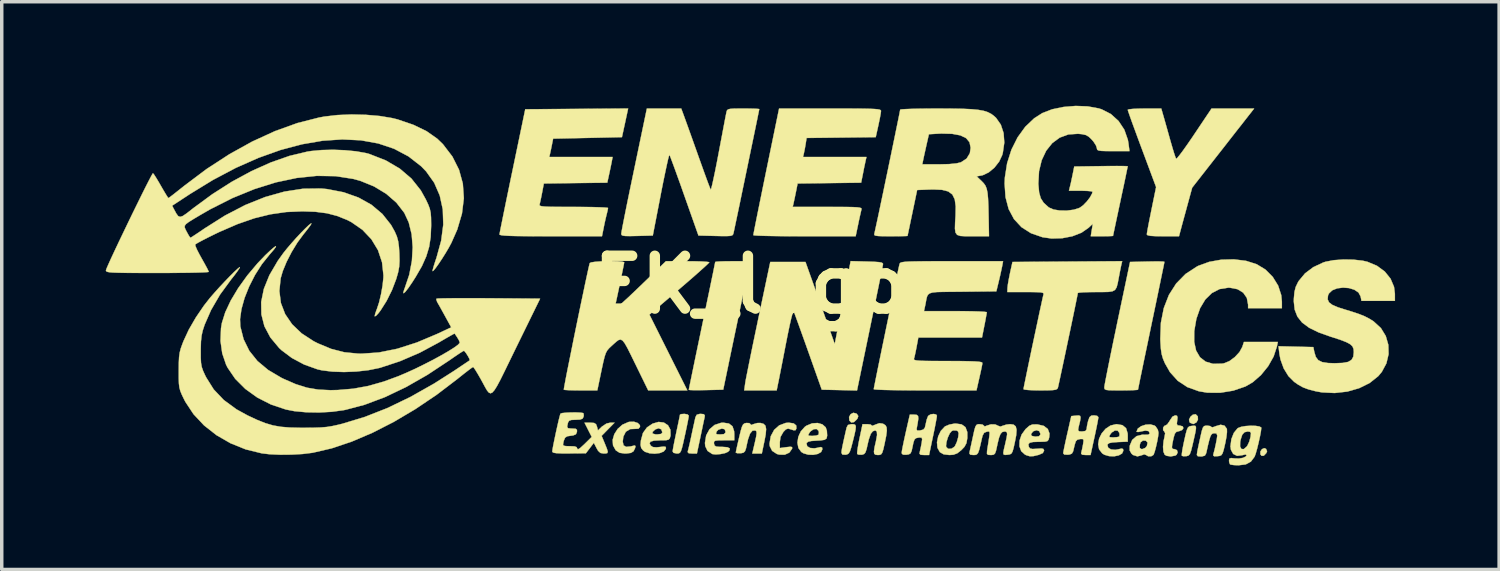
<source format=kicad_pcb>
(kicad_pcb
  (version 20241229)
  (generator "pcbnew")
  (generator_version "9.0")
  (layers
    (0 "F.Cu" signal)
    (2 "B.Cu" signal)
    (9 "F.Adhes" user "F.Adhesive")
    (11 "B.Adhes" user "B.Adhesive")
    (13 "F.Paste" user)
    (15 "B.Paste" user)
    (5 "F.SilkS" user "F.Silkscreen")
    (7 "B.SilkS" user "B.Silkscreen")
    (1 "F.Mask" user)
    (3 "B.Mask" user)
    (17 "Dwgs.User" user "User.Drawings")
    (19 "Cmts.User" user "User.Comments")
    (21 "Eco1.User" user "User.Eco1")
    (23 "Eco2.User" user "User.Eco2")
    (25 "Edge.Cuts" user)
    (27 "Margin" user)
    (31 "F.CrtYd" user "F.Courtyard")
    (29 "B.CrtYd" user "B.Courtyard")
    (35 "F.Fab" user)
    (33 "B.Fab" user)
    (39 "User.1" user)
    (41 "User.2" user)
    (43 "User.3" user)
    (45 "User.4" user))
  (footprint "EK_logo"
    (layer "F.Cu")
    (at 18.591 5.16)
    (property "Reference" "EK_logo" (at 0 0 0) (layer "F.SilkS") (effects (font (size 1.524 1.524) (thickness 0.3))))
    (attr through_hole)
    (fp_poly (pts (xy 14.868 4.734) (xy 14.898 4.804) (xy 14.876 4.856) (xy 14.805 4.931) (xy 14.74 4.935) (xy 14.705 4.89) (xy 14.706 4.809) (xy 14.751 4.743) (xy 14.817 4.713) (xy 14.868 4.734)) (stroke (width 0.01) (type solid)) (fill yes) (layer "F.SilkS"))
    (fp_poly (pts (xy 12.842 3.738) (xy 12.9 3.798) (xy 12.905 3.89) (xy 12.861 3.971) (xy 12.769 4.019) (xy 12.681 3.983) (xy 12.662 3.964) (xy 12.648 3.891) (xy 12.687 3.81) (xy 12.757 3.749) (xy 12.835 3.736) (xy 12.842 3.738)) (stroke (width 0.01) (type solid)) (fill yes) (layer "F.SilkS"))
    (fp_poly (pts (xy 3.05 3.713) (xy 3.072 3.731) (xy 3.109 3.787) (xy 3.091 3.849) (xy 3.067 3.885) (xy 2.985 3.962) (xy 2.906 3.973) (xy 2.852 3.916) (xy 2.852 3.916) (xy 2.844 3.814) (xy 2.89 3.734) (xy 2.966 3.694) (xy 3.05 3.713)) (stroke (width 0.01) (type solid)) (fill yes) (layer "F.SilkS"))
    (fp_poly (pts (xy -1.344 3.734) (xy -1.316 3.771) (xy -1.322 3.821) (xy -1.339 3.899) (xy -1.369 4.04) (xy -1.407 4.221) (xy -1.443 4.392) (xy -1.544 4.868) (xy -1.685 4.868) (xy -1.78 4.86) (xy -1.809 4.828) (xy -1.804 4.794) (xy -1.785 4.722) (xy -1.754 4.59) (xy -1.716 4.419) (xy -1.695 4.318) (xy -1.655 4.133) (xy -1.619 3.971) (xy -1.594 3.855) (xy -1.586 3.821) (xy -1.549 3.75) (xy -1.463 3.726) (xy -1.434 3.725) (xy -1.344 3.734)) (stroke (width 0.01) (type solid)) (fill yes) (layer "F.SilkS"))
    (fp_poly (pts (xy 2.986 4.025) (xy 3.025 4.045) (xy 3.039 4.093) (xy 3.03 4.185) (xy 2.998 4.332) (xy 2.949 4.53) (xy 2.903 4.703) (xy 2.867 4.811) (xy 2.83 4.869) (xy 2.785 4.895) (xy 2.741 4.903) (xy 2.654 4.899) (xy 2.626 4.853) (xy 2.625 4.839) (xy 2.629 4.793) (xy 2.641 4.719) (xy 2.664 4.606) (xy 2.7 4.44) (xy 2.753 4.208) (xy 2.774 4.117) (xy 2.813 4.045) (xy 2.903 4.022) (xy 2.922 4.022) (xy 2.986 4.025)) (stroke (width 0.01) (type solid)) (fill yes) (layer "F.SilkS"))
    (fp_poly (pts (xy 12.829 4.071) (xy 12.847 4.098) (xy 12.847 4.16) (xy 12.828 4.27) (xy 12.79 4.44) (xy 12.745 4.636) (xy 12.706 4.791) (xy 12.672 4.883) (xy 12.632 4.927) (xy 12.575 4.944) (xy 12.571 4.944) (xy 12.481 4.946) (xy 12.44 4.933) (xy 12.439 4.885) (xy 12.454 4.772) (xy 12.484 4.615) (xy 12.509 4.497) (xy 12.551 4.31) (xy 12.584 4.19) (xy 12.615 4.121) (xy 12.652 4.088) (xy 12.705 4.075) (xy 12.734 4.072) (xy 12.791 4.066) (xy 12.829 4.071)) (stroke (width 0.01) (type solid)) (fill yes) (layer "F.SilkS"))
    (fp_poly (pts (xy -1.814 3.741) (xy -1.778 3.777) (xy -1.787 3.837) (xy -1.81 3.961) (xy -1.845 4.133) (xy -1.888 4.334) (xy -1.892 4.349) (xy -1.939 4.564) (xy -1.975 4.709) (xy -2.005 4.799) (xy -2.035 4.846) (xy -2.072 4.865) (xy -2.12 4.868) (xy -2.125 4.868) (xy -2.218 4.849) (xy -2.244 4.808) (xy -2.235 4.745) (xy -2.212 4.618) (xy -2.177 4.446) (xy -2.138 4.259) (xy -2.097 4.066) (xy -2.063 3.905) (xy -2.04 3.793) (xy -2.032 3.747) (xy -1.995 3.732) (xy -1.906 3.725) (xy -1.905 3.725) (xy -1.814 3.741)) (stroke (width 0.01) (type solid)) (fill yes) (layer "F.SilkS"))
    (fp_poly (pts (xy 1.248 4) (xy 1.321 4.061) (xy 1.325 4.147) (xy 1.3 4.196) (xy 1.246 4.198) (xy 1.178 4.175) (xy 1.087 4.15) (xy 1.023 4.171) (xy 0.949 4.246) (xy 0.866 4.392) (xy 0.847 4.538) (xy 0.847 4.711) (xy 1.035 4.685) (xy 1.15 4.673) (xy 1.2 4.682) (xy 1.203 4.718) (xy 1.199 4.732) (xy 1.12 4.843) (xy 0.99 4.902) (xy 0.831 4.9) (xy 0.762 4.881) (xy 0.626 4.792) (xy 0.557 4.655) (xy 0.55 4.585) (xy 0.586 4.368) (xy 0.684 4.186) (xy 0.832 4.055) (xy 1.019 3.986) (xy 1.103 3.979) (xy 1.248 4)) (stroke (width 0.01) (type solid)) (fill yes) (layer "F.SilkS"))
    (fp_poly (pts (xy -3.25 3.988) (xy -3.188 4.051) (xy -3.184 4.099) (xy -3.23 4.153) (xy -3.297 4.156) (xy -3.469 4.164) (xy -3.594 4.24) (xy -3.666 4.381) (xy -3.683 4.527) (xy -3.659 4.633) (xy -3.584 4.677) (xy -3.45 4.663) (xy -3.429 4.657) (xy -3.341 4.636) (xy -3.314 4.653) (xy -3.327 4.712) (xy -3.371 4.803) (xy -3.447 4.85) (xy -3.577 4.867) (xy -3.623 4.868) (xy -3.772 4.848) (xy -3.879 4.779) (xy -3.887 4.77) (xy -3.963 4.634) (xy -3.974 4.475) (xy -3.926 4.311) (xy -3.829 4.159) (xy -3.692 4.037) (xy -3.522 3.962) (xy -3.493 3.955) (xy -3.358 3.952) (xy -3.25 3.988)) (stroke (width 0.01) (type solid)) (fill yes) (layer "F.SilkS"))
    (fp_poly (pts (xy -0.055 -0.519) (xy -0.07 -0.433) (xy -0.1 -0.278) (xy -0.141 -0.068) (xy -0.193 0.184) (xy -0.251 0.464) (xy -0.291 0.656) (xy -0.36 0.99) (xy -0.434 1.342) (xy -0.507 1.691) (xy -0.574 2.011) (xy -0.63 2.28) (xy -0.644 2.349) (xy -0.785 3.027) (xy -1.282 3.039) (xy -1.475 3.042) (xy -1.634 3.042) (xy -1.74 3.038) (xy -1.778 3.032) (xy -1.77 2.988) (xy -1.746 2.87) (xy -1.708 2.686) (xy -1.658 2.444) (xy -1.598 2.153) (xy -1.529 1.822) (xy -1.453 1.459) (xy -1.397 1.19) (xy -1.318 0.809) (xy -1.244 0.454) (xy -1.177 0.134) (xy -1.12 -0.143) (xy -1.073 -0.369) (xy -1.04 -0.535) (xy -1.02 -0.633) (xy -1.016 -0.656) (xy -0.976 -0.664) (xy -0.869 -0.671) (xy -0.71 -0.676) (xy -0.524 -0.677) (xy -0.031 -0.677) (xy -0.055 -0.519)) (stroke (width 0.01) (type solid)) (fill yes) (layer "F.SilkS"))
    (fp_poly (pts (xy 11.794 -0.671) (xy 11.9 -0.667) (xy 11.938 -0.66) (xy 11.93 -0.616) (xy 11.906 -0.497) (xy 11.868 -0.313) (xy 11.818 -0.071) (xy 11.758 0.22) (xy 11.689 0.552) (xy 11.613 0.915) (xy 11.557 1.183) (xy 11.478 1.564) (xy 11.404 1.918) (xy 11.337 2.238) (xy 11.28 2.516) (xy 11.233 2.741) (xy 11.2 2.907) (xy 11.18 3.004) (xy 11.176 3.027) (xy 11.136 3.035) (xy 11.029 3.042) (xy 10.87 3.046) (xy 10.689 3.048) (xy 10.48 3.047) (xy 10.342 3.044) (xy 10.26 3.034) (xy 10.219 3.015) (xy 10.206 2.985) (xy 10.205 2.953) (xy 10.214 2.892) (xy 10.239 2.758) (xy 10.278 2.559) (xy 10.329 2.304) (xy 10.39 2.003) (xy 10.459 1.666) (xy 10.536 1.3) (xy 10.577 1.101) (xy 10.947 -0.656) (xy 11.443 -0.668) (xy 11.636 -0.671) (xy 11.794 -0.671)) (stroke (width 0.01) (type solid)) (fill yes) (layer "F.SilkS"))
    (fp_poly (pts (xy -0.032 3.992) (xy 0 4.02) (xy 0.022 4.046) (xy 0.087 4.021) (xy 0.197 3.989) (xy 0.284 3.987) (xy 0.377 4.012) (xy 0.433 4.067) (xy 0.452 4.165) (xy 0.439 4.319) (xy 0.404 4.504) (xy 0.328 4.868) (xy 0.053 4.868) (xy 0.128 4.548) (xy 0.164 4.384) (xy 0.178 4.284) (xy 0.172 4.23) (xy 0.145 4.205) (xy 0.14 4.203) (xy 0.059 4.209) (xy -0.011 4.293) (xy -0.07 4.459) (xy -0.096 4.573) (xy -0.128 4.72) (xy -0.158 4.803) (xy -0.199 4.843) (xy -0.263 4.858) (xy -0.287 4.86) (xy -0.38 4.86) (xy -0.422 4.842) (xy -0.422 4.839) (xy -0.412 4.786) (xy -0.387 4.669) (xy -0.351 4.51) (xy -0.326 4.403) (xy -0.281 4.217) (xy -0.246 4.099) (xy -0.213 4.032) (xy -0.173 4) (xy -0.12 3.988) (xy -0.116 3.987) (xy -0.032 3.992)) (stroke (width 0.01) (type solid)) (fill yes) (layer "F.SilkS"))
    (fp_poly (pts (xy 6.089 4.028) (xy 6.2 4.108) (xy 6.253 4.249) (xy 6.254 4.421) (xy 6.228 4.569) (xy 6.17 4.677) (xy 6.081 4.77) (xy 5.964 4.862) (xy 5.853 4.903) (xy 5.737 4.911) (xy 5.573 4.892) (xy 5.465 4.83) (xy 5.461 4.826) (xy 5.393 4.703) (xy 5.389 4.65) (xy 5.64 4.65) (xy 5.646 4.679) (xy 5.703 4.733) (xy 5.79 4.732) (xy 5.876 4.679) (xy 5.901 4.646) (xy 5.951 4.539) (xy 5.989 4.405) (xy 5.992 4.393) (xy 6.004 4.282) (xy 5.982 4.226) (xy 5.947 4.206) (xy 5.849 4.202) (xy 5.804 4.22) (xy 5.746 4.29) (xy 5.691 4.409) (xy 5.652 4.541) (xy 5.64 4.65) (xy 5.389 4.65) (xy 5.379 4.544) (xy 5.414 4.373) (xy 5.491 4.214) (xy 5.606 4.091) (xy 5.622 4.081) (xy 5.736 4.034) (xy 5.881 4.006) (xy 5.918 4.004) (xy 6.089 4.028)) (stroke (width 0.01) (type solid)) (fill yes) (layer "F.SilkS"))
    (fp_poly (pts (xy 12.301 3.78) (xy 12.316 3.832) (xy 12.306 3.916) (xy 12.296 4.015) (xy 12.318 4.056) (xy 12.387 4.064) (xy 12.388 4.064) (xy 12.467 4.086) (xy 12.485 4.137) (xy 12.447 4.191) (xy 12.358 4.225) (xy 12.353 4.225) (xy 12.283 4.244) (xy 12.239 4.295) (xy 12.206 4.401) (xy 12.195 4.45) (xy 12.164 4.602) (xy 12.154 4.689) (xy 12.168 4.729) (xy 12.208 4.741) (xy 12.234 4.741) (xy 12.3 4.772) (xy 12.319 4.838) (xy 12.288 4.905) (xy 12.252 4.927) (xy 12.121 4.952) (xy 12 4.934) (xy 11.946 4.902) (xy 11.909 4.815) (xy 11.898 4.675) (xy 11.914 4.508) (xy 11.938 4.402) (xy 11.959 4.285) (xy 11.938 4.24) (xy 11.9 4.193) (xy 11.901 4.122) (xy 11.938 4.07) (xy 11.96 4.064) (xy 12.018 4.029) (xy 12.081 3.942) (xy 12.095 3.916) (xy 12.17 3.805) (xy 12.248 3.768) (xy 12.301 3.78)) (stroke (width 0.01) (type solid)) (fill yes) (layer "F.SilkS"))
    (fp_poly (pts (xy 3.814 4.007) (xy 3.835 4.016) (xy 3.894 4.054) (xy 3.926 4.114) (xy 3.933 4.21) (xy 3.915 4.356) (xy 3.872 4.567) (xy 3.867 4.592) (xy 3.83 4.753) (xy 3.799 4.848) (xy 3.765 4.894) (xy 3.717 4.909) (xy 3.676 4.911) (xy 3.608 4.904) (xy 3.57 4.876) (xy 3.561 4.81) (xy 3.578 4.691) (xy 3.62 4.509) (xy 3.651 4.335) (xy 3.644 4.233) (xy 3.598 4.201) (xy 3.529 4.226) (xy 3.47 4.3) (xy 3.414 4.457) (xy 3.385 4.579) (xy 3.349 4.739) (xy 3.317 4.834) (xy 3.28 4.881) (xy 3.227 4.9) (xy 3.209 4.903) (xy 3.119 4.901) (xy 3.078 4.881) (xy 3.078 4.828) (xy 3.093 4.711) (xy 3.121 4.551) (xy 3.145 4.434) (xy 3.232 4.022) (xy 3.375 4.022) (xy 3.464 4.032) (xy 3.496 4.056) (xy 3.494 4.061) (xy 3.51 4.071) (xy 3.58 4.045) (xy 3.601 4.035) (xy 3.717 3.994) (xy 3.814 4.007)) (stroke (width 0.01) (type solid)) (fill yes) (layer "F.SilkS"))
    (fp_poly (pts (xy -2.496 3.976) (xy -2.378 4.054) (xy -2.309 4.18) (xy -2.304 4.344) (xy -2.307 4.362) (xy -2.327 4.43) (xy -2.36 4.467) (xy -2.429 4.484) (xy -2.556 4.487) (xy -2.604 4.487) (xy -2.784 4.497) (xy -2.884 4.526) (xy -2.909 4.578) (xy -2.874 4.642) (xy -2.814 4.682) (xy -2.714 4.69) (xy -2.62 4.681) (xy -2.5 4.668) (xy -2.446 4.676) (xy -2.436 4.71) (xy -2.442 4.736) (xy -2.5 4.809) (xy -2.614 4.855) (xy -2.759 4.873) (xy -2.908 4.862) (xy -3.038 4.82) (xy -3.095 4.779) (xy -3.151 4.707) (xy -3.169 4.62) (xy -3.159 4.493) (xy -3.1 4.277) (xy -3.077 4.245) (xy -2.823 4.245) (xy -2.82 4.294) (xy -2.737 4.316) (xy -2.688 4.318) (xy -2.576 4.303) (xy -2.54 4.26) (xy -2.571 4.171) (xy -2.649 4.14) (xy -2.744 4.173) (xy -2.823 4.245) (xy -3.077 4.245) (xy -2.984 4.116) (xy -2.82 4.006) (xy -2.648 3.957) (xy -2.496 3.976)) (stroke (width 0.01) (type solid)) (fill yes) (layer "F.SilkS"))
    (fp_poly (pts (xy -0.62 4.004) (xy -0.518 4.083) (xy -0.471 4.224) (xy -0.466 4.311) (xy -0.466 4.487) (xy -0.765 4.487) (xy -0.92 4.489) (xy -1.009 4.498) (xy -1.047 4.519) (xy -1.053 4.56) (xy -1.051 4.583) (xy -1.034 4.638) (xy -0.988 4.667) (xy -0.892 4.676) (xy -0.815 4.676) (xy -0.666 4.687) (xy -0.596 4.721) (xy -0.606 4.778) (xy -0.648 4.819) (xy -0.733 4.857) (xy -0.863 4.884) (xy -0.998 4.895) (xy -1.097 4.884) (xy -1.101 4.883) (xy -1.237 4.793) (xy -1.303 4.657) (xy -1.312 4.563) (xy -1.277 4.347) (xy -1.246 4.29) (xy -0.995 4.29) (xy -0.967 4.313) (xy -0.87 4.318) (xy -0.869 4.318) (xy -0.767 4.309) (xy -0.725 4.272) (xy -0.72 4.233) (xy -0.745 4.167) (xy -0.824 4.149) (xy -0.928 4.183) (xy -0.974 4.233) (xy -0.995 4.29) (xy -1.246 4.29) (xy -1.181 4.17) (xy -1.033 4.044) (xy -0.847 3.983) (xy -0.784 3.979) (xy -0.62 4.004)) (stroke (width 0.01) (type solid)) (fill yes) (layer "F.SilkS"))
    (fp_poly (pts (xy 10.728 4.051) (xy 10.832 4.139) (xy 10.877 4.287) (xy 10.88 4.34) (xy 10.88 4.526) (xy 10.594 4.538) (xy 10.435 4.55) (xy 10.344 4.569) (xy 10.302 4.602) (xy 10.295 4.622) (xy 10.316 4.701) (xy 10.397 4.75) (xy 10.52 4.762) (xy 10.605 4.747) (xy 10.703 4.725) (xy 10.744 4.738) (xy 10.753 4.788) (xy 10.716 4.868) (xy 10.62 4.922) (xy 10.488 4.949) (xy 10.343 4.943) (xy 10.208 4.904) (xy 10.145 4.865) (xy 10.054 4.747) (xy 10.027 4.6) (xy 10.054 4.442) (xy 10.088 4.371) (xy 10.345 4.371) (xy 10.362 4.397) (xy 10.446 4.403) (xy 10.465 4.403) (xy 10.57 4.396) (xy 10.632 4.381) (xy 10.635 4.379) (xy 10.645 4.324) (xy 10.637 4.271) (xy 10.588 4.208) (xy 10.508 4.205) (xy 10.421 4.26) (xy 10.382 4.307) (xy 10.345 4.371) (xy 10.088 4.371) (xy 10.129 4.288) (xy 10.241 4.156) (xy 10.384 4.061) (xy 10.549 4.022) (xy 10.563 4.022) (xy 10.728 4.051)) (stroke (width 0.01) (type solid)) (fill yes) (layer "F.SilkS"))
    (fp_poly (pts (xy 2.073 4.027) (xy 2.169 4.111) (xy 2.204 4.212) (xy 2.212 4.351) (xy 2.196 4.432) (xy 2.138 4.473) (xy 2.022 4.49) (xy 1.916 4.496) (xy 1.757 4.507) (xy 1.666 4.527) (xy 1.624 4.56) (xy 1.617 4.58) (xy 1.637 4.659) (xy 1.719 4.708) (xy 1.841 4.719) (xy 1.927 4.704) (xy 2.025 4.682) (xy 2.066 4.695) (xy 2.074 4.746) (xy 2.037 4.826) (xy 1.942 4.88) (xy 1.81 4.906) (xy 1.665 4.901) (xy 1.53 4.862) (xy 1.466 4.823) (xy 1.382 4.708) (xy 1.355 4.556) (xy 1.38 4.389) (xy 1.408 4.328) (xy 1.667 4.328) (xy 1.683 4.355) (xy 1.766 4.36) (xy 1.792 4.36) (xy 1.898 4.35) (xy 1.962 4.326) (xy 1.966 4.322) (xy 1.973 4.253) (xy 1.963 4.214) (xy 1.908 4.161) (xy 1.823 4.167) (xy 1.735 4.226) (xy 1.704 4.265) (xy 1.667 4.328) (xy 1.408 4.328) (xy 1.453 4.229) (xy 1.57 4.098) (xy 1.617 4.065) (xy 1.777 3.999) (xy 1.936 3.988) (xy 2.073 4.027)) (stroke (width 0.01) (type solid)) (fill yes) (layer "F.SilkS"))
    (fp_poly (pts (xy 13.67 4.064) (xy 13.736 4.152) (xy 13.74 4.165) (xy 13.742 4.25) (xy 13.726 4.39) (xy 13.695 4.558) (xy 13.686 4.596) (xy 13.647 4.762) (xy 13.615 4.862) (xy 13.58 4.915) (xy 13.531 4.937) (xy 13.468 4.945) (xy 13.374 4.948) (xy 13.344 4.922) (xy 13.351 4.882) (xy 13.386 4.751) (xy 13.42 4.597) (xy 13.448 4.454) (xy 13.461 4.355) (xy 13.461 4.347) (xy 13.438 4.289) (xy 13.367 4.283) (xy 13.325 4.294) (xy 13.292 4.321) (xy 13.262 4.378) (xy 13.231 4.479) (xy 13.192 4.636) (xy 13.143 4.858) (xy 13.106 4.928) (xy 13.021 4.952) (xy 12.99 4.953) (xy 12.902 4.947) (xy 12.873 4.91) (xy 12.885 4.818) (xy 12.885 4.815) (xy 12.908 4.704) (xy 12.942 4.545) (xy 12.98 4.372) (xy 12.98 4.371) (xy 13.016 4.214) (xy 13.047 4.122) (xy 13.082 4.078) (xy 13.133 4.065) (xy 13.17 4.064) (xy 13.257 4.076) (xy 13.293 4.103) (xy 13.325 4.113) (xy 13.405 4.086) (xy 13.419 4.079) (xy 13.559 4.039) (xy 13.67 4.064)) (stroke (width 0.01) (type solid)) (fill yes) (layer "F.SilkS"))
    (fp_poly (pts (xy 11.65 4.061) (xy 11.685 4.086) (xy 11.749 4.185) (xy 11.767 4.272) (xy 11.756 4.375) (xy 11.73 4.519) (xy 11.695 4.675) (xy 11.659 4.811) (xy 11.627 4.899) (xy 11.623 4.907) (xy 11.558 4.947) (xy 11.469 4.947) (xy 11.409 4.911) (xy 11.353 4.891) (xy 11.303 4.911) (xy 11.159 4.951) (xy 11.032 4.91) (xy 10.987 4.87) (xy 10.936 4.778) (xy 10.937 4.654) (xy 10.94 4.639) (xy 10.946 4.625) (xy 11.226 4.625) (xy 11.229 4.711) (xy 11.275 4.74) (xy 11.299 4.741) (xy 11.385 4.707) (xy 11.432 4.652) (xy 11.453 4.555) (xy 11.405 4.499) (xy 11.318 4.494) (xy 11.25 4.547) (xy 11.226 4.625) (xy 10.946 4.625) (xy 11.009 4.476) (xy 11.135 4.367) (xy 11.302 4.324) (xy 11.355 4.326) (xy 11.473 4.325) (xy 11.515 4.291) (xy 11.515 4.29) (xy 11.484 4.222) (xy 11.389 4.207) (xy 11.282 4.228) (xy 11.186 4.247) (xy 11.136 4.243) (xy 11.134 4.238) (xy 11.171 4.149) (xy 11.267 4.08) (xy 11.396 4.037) (xy 11.532 4.029) (xy 11.65 4.061)) (stroke (width 0.01) (type solid)) (fill yes) (layer "F.SilkS"))
    (fp_poly (pts (xy 8.281 4.03) (xy 8.458 4.071) (xy 8.575 4.161) (xy 8.624 4.293) (xy 8.616 4.398) (xy 8.597 4.469) (xy 8.564 4.509) (xy 8.497 4.526) (xy 8.374 4.53) (xy 8.318 4.53) (xy 8.148 4.536) (xy 8.051 4.559) (xy 8.015 4.604) (xy 8.028 4.677) (xy 8.028 4.679) (xy 8.062 4.722) (xy 8.134 4.738) (xy 8.261 4.731) (xy 8.386 4.723) (xy 8.447 4.735) (xy 8.466 4.773) (xy 8.467 4.788) (xy 8.43 4.855) (xy 8.315 4.906) (xy 8.308 4.908) (xy 8.158 4.944) (xy 8.051 4.946) (xy 7.953 4.916) (xy 7.917 4.899) (xy 7.809 4.801) (xy 7.757 4.66) (xy 7.761 4.495) (xy 7.819 4.324) (xy 7.83 4.308) (xy 8.09 4.308) (xy 8.112 4.36) (xy 8.209 4.381) (xy 8.223 4.381) (xy 8.321 4.37) (xy 8.358 4.328) (xy 8.361 4.297) (xy 8.328 4.223) (xy 8.251 4.196) (xy 8.16 4.225) (xy 8.147 4.235) (xy 8.09 4.308) (xy 7.83 4.308) (xy 7.933 4.166) (xy 7.939 4.16) (xy 8.039 4.071) (xy 8.127 4.032) (xy 8.247 4.028) (xy 8.281 4.03)) (stroke (width 0.01) (type solid)) (fill yes) (layer "F.SilkS"))
    (fp_poly (pts (xy 9.999 3.783) (xy 10.034 3.821) (xy 10.025 3.88) (xy 10.002 4.005) (xy 9.967 4.177) (xy 9.925 4.377) (xy 9.921 4.392) (xy 9.808 4.911) (xy 9.664 4.911) (xy 9.567 4.903) (xy 9.536 4.872) (xy 9.541 4.837) (xy 9.563 4.747) (xy 9.588 4.622) (xy 9.592 4.6) (xy 9.606 4.496) (xy 9.592 4.453) (xy 9.534 4.449) (xy 9.501 4.452) (xy 9.427 4.47) (xy 9.382 4.517) (xy 9.35 4.617) (xy 9.336 4.678) (xy 9.306 4.804) (xy 9.27 4.869) (xy 9.21 4.895) (xy 9.155 4.903) (xy 9.05 4.898) (xy 9.019 4.86) (xy 9.029 4.799) (xy 9.054 4.674) (xy 9.091 4.502) (xy 9.135 4.303) (xy 9.137 4.297) (xy 9.252 3.789) (xy 9.394 3.775) (xy 9.468 3.771) (xy 9.509 3.786) (xy 9.52 3.835) (xy 9.505 3.933) (xy 9.465 4.097) (xy 9.459 4.123) (xy 9.448 4.199) (xy 9.484 4.229) (xy 9.563 4.233) (xy 9.66 4.219) (xy 9.694 4.17) (xy 9.695 4.159) (xy 9.706 4.071) (xy 9.733 3.948) (xy 9.739 3.926) (xy 9.777 3.821) (xy 9.829 3.776) (xy 9.908 3.768) (xy 9.999 3.783)) (stroke (width 0.01) (type solid)) (fill yes) (layer "F.SilkS"))
    (fp_poly (pts (xy 5.356 3.744) (xy 5.377 3.778) (xy 5.369 3.838) (xy 5.346 3.963) (xy 5.313 4.136) (xy 5.271 4.339) (xy 5.264 4.371) (xy 5.151 4.911) (xy 5.005 4.911) (xy 4.908 4.905) (xy 4.876 4.875) (xy 4.885 4.815) (xy 4.909 4.709) (xy 4.935 4.575) (xy 4.938 4.558) (xy 4.952 4.454) (xy 4.936 4.411) (xy 4.877 4.406) (xy 4.843 4.41) (xy 4.772 4.426) (xy 4.729 4.467) (xy 4.699 4.555) (xy 4.678 4.657) (xy 4.649 4.79) (xy 4.618 4.861) (xy 4.568 4.892) (xy 4.497 4.903) (xy 4.401 4.902) (xy 4.365 4.869) (xy 4.362 4.839) (xy 4.372 4.77) (xy 4.398 4.637) (xy 4.435 4.459) (xy 4.48 4.257) (xy 4.48 4.255) (xy 4.596 3.747) (xy 4.722 3.747) (xy 4.796 3.754) (xy 4.834 3.788) (xy 4.841 3.864) (xy 4.821 3.999) (xy 4.808 4.068) (xy 4.791 4.167) (xy 4.808 4.206) (xy 4.874 4.205) (xy 4.902 4.201) (xy 4.985 4.178) (xy 5.029 4.124) (xy 5.056 4.012) (xy 5.056 4.009) (xy 5.084 3.886) (xy 5.12 3.794) (xy 5.129 3.78) (xy 5.197 3.739) (xy 5.285 3.727) (xy 5.356 3.744)) (stroke (width 0.01) (type solid)) (fill yes) (layer "F.SilkS"))
    (fp_poly (pts (xy 11.911 -4.858) (xy 11.949 -4.725) (xy 12.002 -4.538) (xy 12.062 -4.323) (xy 12.111 -4.149) (xy 12.167 -3.956) (xy 12.216 -3.794) (xy 12.255 -3.679) (xy 12.276 -3.63) (xy 12.306 -3.653) (xy 12.376 -3.738) (xy 12.478 -3.874) (xy 12.604 -4.052) (xy 12.748 -4.261) (xy 12.8 -4.339) (xy 13.297 -5.08) (xy 14.525 -5.08) (xy 14.279 -4.767) (xy 14.182 -4.642) (xy 14.043 -4.466) (xy 13.874 -4.25) (xy 13.687 -4.01) (xy 13.491 -3.76) (xy 13.386 -3.626) (xy 12.738 -2.798) (xy 12.596 -2.278) (xy 12.537 -2.06) (xy 12.481 -1.856) (xy 12.435 -1.686) (xy 12.406 -1.577) (xy 12.358 -1.397) (xy 11.894 -1.397) (xy 11.675 -1.4) (xy 11.532 -1.409) (xy 11.453 -1.426) (xy 11.43 -1.45) (xy 11.438 -1.508) (xy 11.46 -1.633) (xy 11.494 -1.81) (xy 11.537 -2.024) (xy 11.564 -2.159) (xy 11.698 -2.815) (xy 11.289 -3.912) (xy 11.182 -4.199) (xy 11.086 -4.461) (xy 11.003 -4.687) (xy 10.939 -4.867) (xy 10.897 -4.989) (xy 10.88 -5.043) (xy 10.88 -5.044) (xy 10.919 -5.058) (xy 11.027 -5.07) (xy 11.185 -5.077) (xy 11.363 -5.08) (xy 11.847 -5.08) (xy 11.911 -4.858)) (stroke (width 0.01) (type solid)) (fill yes) (layer "F.SilkS"))
    (fp_poly (pts (xy 3.36 -0.668) (xy 3.57 -0.661) (xy 3.707 -0.651) (xy 3.786 -0.636) (xy 3.82 -0.613) (xy 3.823 -0.593) (xy 3.813 -0.539) (xy 3.788 -0.411) (xy 3.749 -0.218) (xy 3.698 0.031) (xy 3.637 0.328) (xy 3.568 0.664) (xy 3.492 1.029) (xy 3.444 1.261) (xy 3.073 3.05) (xy 2.057 3.027) (xy 1.674 1.947) (xy 1.571 1.658) (xy 1.475 1.391) (xy 1.392 1.159) (xy 1.324 0.973) (xy 1.277 0.844) (xy 1.254 0.783) (xy 1.237 0.78) (xy 1.211 0.839) (xy 1.177 0.965) (xy 1.132 1.162) (xy 1.075 1.434) (xy 1.032 1.651) (xy 0.976 1.939) (xy 0.923 2.213) (xy 0.875 2.456) (xy 0.836 2.654) (xy 0.809 2.791) (xy 0.801 2.826) (xy 0.756 3.048) (xy -0.18 3.048) (xy -0.152 2.847) (xy -0.138 2.761) (xy -0.107 2.603) (xy -0.063 2.383) (xy -0.008 2.11) (xy 0.056 1.796) (xy 0.128 1.451) (xy 0.205 1.084) (xy 0.223 0.995) (xy 0.572 -0.656) (xy 1.587 -0.656) (xy 2.431 1.711) (xy 2.48 1.459) (xy 2.503 1.342) (xy 2.538 1.159) (xy 2.583 0.925) (xy 2.634 0.656) (xy 2.689 0.37) (xy 2.709 0.263) (xy 2.889 -0.68) (xy 3.36 -0.668)) (stroke (width 0.01) (type solid)) (fill yes) (layer "F.SilkS"))
    (fp_poly (pts (xy 14.568 4.071) (xy 14.676 4.088) (xy 14.73 4.118) (xy 14.732 4.127) (xy 14.721 4.225) (xy 14.693 4.376) (xy 14.654 4.553) (xy 14.611 4.728) (xy 14.57 4.873) (xy 14.537 4.961) (xy 14.431 5.102) (xy 14.283 5.182) (xy 14.078 5.207) (xy 14.073 5.207) (xy 13.945 5.202) (xy 13.853 5.189) (xy 13.829 5.179) (xy 13.805 5.117) (xy 13.801 5.067) (xy 13.812 5.014) (xy 13.863 4.999) (xy 13.952 5.009) (xy 14.084 5.014) (xy 14.205 4.993) (xy 14.288 4.952) (xy 14.309 4.914) (xy 14.274 4.895) (xy 14.181 4.917) (xy 14.033 4.935) (xy 13.921 4.88) (xy 13.856 4.761) (xy 13.844 4.667) (xy 14.12 4.667) (xy 14.159 4.738) (xy 14.227 4.741) (xy 14.311 4.668) (xy 14.331 4.64) (xy 14.384 4.526) (xy 14.421 4.391) (xy 14.422 4.386) (xy 14.433 4.285) (xy 14.412 4.243) (xy 14.346 4.233) (xy 14.337 4.233) (xy 14.245 4.255) (xy 14.181 4.328) (xy 14.136 4.468) (xy 14.123 4.533) (xy 14.12 4.667) (xy 13.844 4.667) (xy 13.843 4.654) (xy 13.869 4.452) (xy 13.939 4.274) (xy 14.042 4.147) (xy 14.063 4.132) (xy 14.153 4.098) (xy 14.282 4.076) (xy 14.429 4.067) (xy 14.568 4.071)) (stroke (width 0.01) (type solid)) (fill yes) (layer "F.SilkS"))
    (fp_poly (pts (xy -3.616 -4.668) (xy -3.706 -4.255) (xy -4.698 -4.233) (xy -5.69 -4.212) (xy -5.724 -4.043) (xy -5.751 -3.908) (xy -5.776 -3.794) (xy -5.779 -3.778) (xy -5.801 -3.683) (xy -3.975 -3.683) (xy -4.004 -3.53) (xy -4.031 -3.395) (xy -4.066 -3.23) (xy -4.081 -3.16) (xy -4.129 -2.942) (xy -5.044 -2.931) (xy -5.958 -2.919) (xy -6.008 -2.656) (xy -6.038 -2.505) (xy -6.065 -2.379) (xy -6.08 -2.318) (xy -6.082 -2.294) (xy -6.066 -2.276) (xy -6.021 -2.263) (xy -5.94 -2.254) (xy -5.81 -2.248) (xy -5.624 -2.245) (xy -5.37 -2.244) (xy -5.104 -2.244) (xy -4.824 -2.242) (xy -4.574 -2.239) (xy -4.366 -2.233) (xy -4.212 -2.226) (xy -4.123 -2.218) (xy -4.107 -2.212) (xy -4.117 -2.153) (xy -4.141 -2.05) (xy -4.146 -2.032) (xy -4.177 -1.905) (xy -4.213 -1.74) (xy -4.233 -1.64) (xy -4.282 -1.397) (xy -5.76 -1.397) (xy -6.17 -1.398) (xy -6.502 -1.4) (xy -6.763 -1.403) (xy -6.96 -1.409) (xy -7.098 -1.417) (xy -7.186 -1.427) (xy -7.229 -1.44) (xy -7.237 -1.45) (xy -7.228 -1.501) (xy -7.204 -1.627) (xy -7.165 -1.818) (xy -7.115 -2.065) (xy -7.055 -2.36) (xy -6.986 -2.694) (xy -6.911 -3.057) (xy -6.864 -3.281) (xy -6.494 -5.059) (xy -5.01 -5.07) (xy -3.527 -5.081) (xy -3.616 -4.668)) (stroke (width 0.01) (type solid)) (fill yes) (layer "F.SilkS"))
    (fp_poly (pts (xy 14.291 -0.688) (xy 14.597 -0.591) (xy 14.851 -0.437) (xy 15.061 -0.226) (xy 15.217 0.026) (xy 15.307 0.302) (xy 15.325 0.488) (xy 15.325 0.677) (xy 14.351 0.677) (xy 14.351 0.574) (xy 14.314 0.38) (xy 14.209 0.229) (xy 14.044 0.129) (xy 13.826 0.087) (xy 13.78 0.086) (xy 13.528 0.126) (xy 13.306 0.241) (xy 13.117 0.426) (xy 12.967 0.676) (xy 12.859 0.984) (xy 12.798 1.338) (xy 12.796 1.647) (xy 12.851 1.899) (xy 12.962 2.091) (xy 13.126 2.219) (xy 13.339 2.282) (xy 13.599 2.276) (xy 13.652 2.268) (xy 13.809 2.205) (xy 13.968 2.088) (xy 14.103 1.942) (xy 14.183 1.796) (xy 14.231 1.651) (xy 15.208 1.651) (xy 15.181 1.786) (xy 15.087 2.071) (xy 14.929 2.351) (xy 14.723 2.605) (xy 14.485 2.813) (xy 14.276 2.934) (xy 13.922 3.055) (xy 13.547 3.116) (xy 13.177 3.114) (xy 12.933 3.073) (xy 12.599 2.953) (xy 12.323 2.771) (xy 12.1 2.524) (xy 11.952 2.265) (xy 11.895 2.129) (xy 11.858 2) (xy 11.836 1.851) (xy 11.823 1.654) (xy 11.819 1.566) (xy 11.836 1.099) (xy 11.92 0.674) (xy 12.068 0.294) (xy 12.278 -0.035) (xy 12.548 -0.31) (xy 12.876 -0.524) (xy 12.912 -0.543) (xy 13.227 -0.658) (xy 13.578 -0.721) (xy 13.942 -0.731) (xy 14.291 -0.688)) (stroke (width 0.01) (type solid)) (fill yes) (layer "F.SilkS"))
    (fp_poly (pts (xy 2.689 -5.08) (xy 3.005 -5.079) (xy 3.252 -5.077) (xy 3.44 -5.073) (xy 3.576 -5.067) (xy 3.668 -5.059) (xy 3.725 -5.048) (xy 3.754 -5.034) (xy 3.765 -5.017) (xy 3.765 -5.006) (xy 3.755 -4.931) (xy 3.731 -4.799) (xy 3.697 -4.636) (xy 3.688 -4.593) (xy 3.613 -4.255) (xy 1.619 -4.232) (xy 1.591 -4.053) (xy 1.567 -3.915) (xy 1.543 -3.799) (xy 1.539 -3.778) (xy 1.515 -3.683) (xy 3.346 -3.683) (xy 3.323 -3.588) (xy 3.304 -3.497) (xy 3.274 -3.356) (xy 3.247 -3.217) (xy 3.192 -2.942) (xy 1.36 -2.919) (xy 1.312 -2.677) (xy 1.281 -2.526) (xy 1.253 -2.396) (xy 1.241 -2.339) (xy 1.218 -2.244) (xy 2.221 -2.244) (xy 2.537 -2.243) (xy 2.779 -2.242) (xy 2.956 -2.238) (xy 3.077 -2.232) (xy 3.152 -2.222) (xy 3.191 -2.208) (xy 3.204 -2.19) (xy 3.201 -2.17) (xy 3.183 -2.095) (xy 3.153 -1.963) (xy 3.117 -1.797) (xy 3.107 -1.746) (xy 3.034 -1.397) (xy 1.559 -1.397) (xy 1.215 -1.398) (xy 0.9 -1.4) (xy 0.622 -1.404) (xy 0.392 -1.409) (xy 0.219 -1.415) (xy 0.113 -1.422) (xy 0.083 -1.429) (xy 0.091 -1.476) (xy 0.114 -1.597) (xy 0.151 -1.784) (xy 0.2 -2.028) (xy 0.259 -2.32) (xy 0.327 -2.653) (xy 0.401 -3.016) (xy 0.453 -3.27) (xy 0.826 -5.08) (xy 2.297 -5.08) (xy 2.689 -5.08)) (stroke (width 0.01) (type solid)) (fill yes) (layer "F.SilkS"))
    (fp_poly (pts (xy 10.697 -0.583) (xy 10.677 -0.491) (xy 10.649 -0.35) (xy 10.623 -0.212) (xy 10.591 -0.043) (xy 10.56 0.074) (xy 10.514 0.149) (xy 10.44 0.19) (xy 10.321 0.208) (xy 10.143 0.212) (xy 9.968 0.212) (xy 9.768 0.214) (xy 9.603 0.219) (xy 9.488 0.228) (xy 9.441 0.238) (xy 9.44 0.239) (xy 9.432 0.287) (xy 9.408 0.406) (xy 9.372 0.584) (xy 9.326 0.808) (xy 9.272 1.067) (xy 9.213 1.349) (xy 9.151 1.641) (xy 9.09 1.932) (xy 9.031 2.21) (xy 8.977 2.462) (xy 8.931 2.676) (xy 8.895 2.842) (xy 8.872 2.945) (xy 8.865 2.974) (xy 8.845 3.006) (xy 8.801 3.028) (xy 8.718 3.04) (xy 8.58 3.046) (xy 8.373 3.048) (xy 8.358 3.048) (xy 8.167 3.045) (xy 8.011 3.037) (xy 7.908 3.026) (xy 7.874 3.013) (xy 7.882 2.964) (xy 7.906 2.844) (xy 7.943 2.665) (xy 7.989 2.44) (xy 8.043 2.181) (xy 8.102 1.899) (xy 8.164 1.606) (xy 8.226 1.316) (xy 8.285 1.039) (xy 8.338 0.788) (xy 8.385 0.575) (xy 8.42 0.412) (xy 8.443 0.311) (xy 8.45 0.286) (xy 8.453 0.255) (xy 8.43 0.234) (xy 8.37 0.221) (xy 8.259 0.215) (xy 8.084 0.212) (xy 7.94 0.212) (xy 7.408 0.212) (xy 7.412 0.095) (xy 7.423 -0.003) (xy 7.449 -0.153) (xy 7.483 -0.323) (xy 7.486 -0.339) (xy 7.556 -0.656) (xy 9.138 -0.667) (xy 10.72 -0.678) (xy 10.697 -0.583)) (stroke (width 0.01) (type solid)) (fill yes) (layer "F.SilkS"))
    (fp_poly (pts (xy 7.59 4.036) (xy 7.651 4.087) (xy 7.674 4.185) (xy 7.663 4.342) (xy 7.626 4.535) (xy 7.588 4.707) (xy 7.558 4.812) (xy 7.525 4.869) (xy 7.481 4.893) (xy 7.416 4.903) (xy 7.342 4.909) (xy 7.302 4.897) (xy 7.291 4.853) (xy 7.307 4.758) (xy 7.345 4.598) (xy 7.346 4.593) (xy 7.385 4.421) (xy 7.402 4.314) (xy 7.395 4.258) (xy 7.363 4.236) (xy 7.325 4.233) (xy 7.262 4.248) (xy 7.212 4.303) (xy 7.169 4.41) (xy 7.126 4.583) (xy 7.113 4.646) (xy 7.081 4.79) (xy 7.051 4.869) (xy 7.011 4.903) (xy 6.946 4.911) (xy 6.931 4.911) (xy 6.851 4.906) (xy 6.82 4.875) (xy 6.823 4.795) (xy 6.831 4.741) (xy 6.866 4.525) (xy 6.887 4.38) (xy 6.896 4.291) (xy 6.892 4.246) (xy 6.873 4.232) (xy 6.84 4.235) (xy 6.813 4.24) (xy 6.74 4.27) (xy 6.695 4.35) (xy 6.676 4.424) (xy 6.629 4.631) (xy 6.594 4.769) (xy 6.563 4.852) (xy 6.528 4.894) (xy 6.483 4.909) (xy 6.428 4.911) (xy 6.339 4.902) (xy 6.314 4.865) (xy 6.321 4.815) (xy 6.34 4.73) (xy 6.371 4.589) (xy 6.408 4.418) (xy 6.418 4.371) (xy 6.455 4.201) (xy 6.485 4.098) (xy 6.517 4.044) (xy 6.559 4.024) (xy 6.611 4.022) (xy 6.697 4.035) (xy 6.731 4.065) (xy 6.757 4.088) (xy 6.813 4.065) (xy 6.936 4.027) (xy 7.061 4.03) (xy 7.141 4.068) (xy 7.207 4.092) (xy 7.274 4.068) (xy 7.381 4.034) (xy 7.489 4.022) (xy 7.59 4.036)) (stroke (width 0.01) (type solid)) (fill yes) (layer "F.SilkS"))
    (fp_poly (pts (xy -3.826 -0.677) (xy -3.707 -0.667) (xy -3.645 -0.651) (xy -3.641 -0.645) (xy -3.649 -0.596) (xy -3.672 -0.481) (xy -3.705 -0.319) (xy -3.745 -0.126) (xy -3.788 0.081) (xy -3.831 0.283) (xy -3.87 0.463) (xy -3.902 0.605) (xy -3.917 0.673) (xy -3.9 0.683) (xy -3.829 0.635) (xy -3.703 0.529) (xy -3.522 0.364) (xy -3.284 0.138) (xy -3.19 0.048) (xy -2.438 -0.677) (xy -1.812 -0.677) (xy -1.592 -0.675) (xy -1.407 -0.67) (xy -1.269 -0.661) (xy -1.195 -0.651) (xy -1.186 -0.646) (xy -1.217 -0.611) (xy -1.304 -0.529) (xy -1.44 -0.407) (xy -1.614 -0.252) (xy -1.82 -0.073) (xy -2.048 0.123) (xy -2.05 0.125) (xy -2.913 0.863) (xy -1.82 3.048) (xy -2.948 3.048) (xy -3.32 2.287) (xy -3.45 2.021) (xy -3.549 1.824) (xy -3.625 1.69) (xy -3.687 1.611) (xy -3.744 1.581) (xy -3.803 1.595) (xy -3.873 1.646) (xy -3.963 1.727) (xy -4.007 1.767) (xy -4.078 1.834) (xy -4.131 1.897) (xy -4.171 1.972) (xy -4.206 2.076) (xy -4.243 2.226) (xy -4.289 2.438) (xy -4.299 2.487) (xy -4.416 3.048) (xy -4.889 3.048) (xy -5.08 3.046) (xy -5.238 3.042) (xy -5.345 3.035) (xy -5.382 3.028) (xy -5.377 2.985) (xy -5.356 2.87) (xy -5.323 2.692) (xy -5.278 2.462) (xy -5.223 2.19) (xy -5.162 1.887) (xy -5.097 1.562) (xy -5.028 1.226) (xy -4.959 0.89) (xy -4.891 0.563) (xy -4.826 0.255) (xy -4.768 -0.023) (xy -4.717 -0.26) (xy -4.676 -0.448) (xy -4.647 -0.574) (xy -4.634 -0.624) (xy -4.589 -0.644) (xy -4.482 -0.66) (xy -4.331 -0.671) (xy -4.159 -0.678) (xy -3.984 -0.68) (xy -3.826 -0.677)) (stroke (width 0.01) (type solid)) (fill yes) (layer "F.SilkS"))
    (fp_poly (pts (xy -4.909 3.689) (xy -4.829 3.7) (xy -4.816 3.707) (xy -4.806 3.762) (xy -4.814 3.812) (xy -4.844 3.864) (xy -4.913 3.889) (xy -5.038 3.895) (xy -5.164 3.9) (xy -5.23 3.924) (xy -5.261 3.977) (xy -5.265 3.99) (xy -5.286 4.092) (xy -5.264 4.137) (xy -5.18 4.148) (xy -5.141 4.149) (xy -5.04 4.155) (xy -5.003 4.186) (xy -5.003 4.244) (xy -5.033 4.313) (xy -5.111 4.346) (xy -5.165 4.353) (xy -5.284 4.371) (xy -5.347 4.413) (xy -5.383 4.501) (xy -5.393 4.54) (xy -5.405 4.609) (xy -5.386 4.643) (xy -5.318 4.655) (xy -5.208 4.657) (xy -5.078 4.662) (xy -5.014 4.683) (xy -4.995 4.725) (xy -4.995 4.729) (xy -4.974 4.749) (xy -4.908 4.708) (xy -4.793 4.603) (xy -4.786 4.596) (xy -4.577 4.39) (xy -4.681 4.185) (xy -4.785 3.979) (xy -4.62 3.979) (xy -4.508 3.987) (xy -4.453 4.023) (xy -4.426 4.091) (xy -4.398 4.203) (xy -4.282 4.091) (xy -4.151 4.004) (xy -4.042 3.979) (xy -3.919 3.979) (xy -4.106 4.169) (xy -4.292 4.359) (xy -4.199 4.583) (xy -4.14 4.729) (xy -4.115 4.815) (xy -4.127 4.855) (xy -4.178 4.867) (xy -4.232 4.868) (xy -4.326 4.852) (xy -4.393 4.79) (xy -4.437 4.714) (xy -4.516 4.56) (xy -4.631 4.711) (xy -4.746 4.861) (xy -5.231 4.865) (xy -5.445 4.865) (xy -5.588 4.859) (xy -5.672 4.847) (xy -5.709 4.826) (xy -5.715 4.809) (xy -5.706 4.742) (xy -5.683 4.615) (xy -5.649 4.449) (xy -5.61 4.263) (xy -5.569 4.078) (xy -5.531 3.912) (xy -5.499 3.787) (xy -5.48 3.722) (xy -5.478 3.719) (xy -5.429 3.702) (xy -5.321 3.691) (xy -5.181 3.684) (xy -5.035 3.683) (xy -4.909 3.689)) (stroke (width 0.01) (type solid)) (fill yes) (layer "F.SilkS"))
    (fp_poly (pts (xy 17.39 -0.722) (xy 17.656 -0.692) (xy 17.791 -0.661) (xy 18.066 -0.546) (xy 18.292 -0.38) (xy 18.459 -0.173) (xy 18.559 0.062) (xy 18.584 0.261) (xy 18.584 0.466) (xy 17.621 0.466) (xy 17.596 0.34) (xy 17.535 0.226) (xy 17.416 0.145) (xy 17.26 0.097) (xy 17.088 0.084) (xy 16.92 0.105) (xy 16.777 0.162) (xy 16.68 0.255) (xy 16.655 0.314) (xy 16.645 0.422) (xy 16.684 0.509) (xy 16.781 0.583) (xy 16.945 0.653) (xy 17.093 0.7) (xy 17.356 0.781) (xy 17.556 0.848) (xy 17.71 0.91) (xy 17.837 0.975) (xy 17.956 1.048) (xy 17.975 1.062) (xy 18.181 1.251) (xy 18.321 1.48) (xy 18.395 1.736) (xy 18.402 2.003) (xy 18.339 2.268) (xy 18.207 2.514) (xy 18.104 2.637) (xy 17.857 2.834) (xy 17.554 2.984) (xy 17.212 3.082) (xy 16.848 3.123) (xy 16.479 3.105) (xy 16.298 3.072) (xy 16.093 3.019) (xy 15.937 2.961) (xy 15.795 2.882) (xy 15.679 2.801) (xy 15.514 2.636) (xy 15.378 2.414) (xy 15.285 2.158) (xy 15.254 1.996) (xy 15.228 1.775) (xy 15.73 1.787) (xy 16.232 1.799) (xy 16.261 1.942) (xy 16.303 2.082) (xy 16.374 2.176) (xy 16.487 2.232) (xy 16.658 2.259) (xy 16.845 2.265) (xy 17.076 2.256) (xy 17.235 2.227) (xy 17.334 2.168) (xy 17.385 2.075) (xy 17.399 1.943) (xy 17.392 1.853) (xy 17.362 1.78) (xy 17.298 1.718) (xy 17.188 1.658) (xy 17.022 1.594) (xy 16.788 1.516) (xy 16.734 1.5) (xy 16.383 1.375) (xy 16.11 1.241) (xy 15.909 1.092) (xy 15.773 0.92) (xy 15.695 0.72) (xy 15.669 0.484) (xy 15.671 0.398) (xy 15.688 0.21) (xy 15.723 0.067) (xy 15.788 -0.068) (xy 15.813 -0.11) (xy 15.992 -0.326) (xy 16.233 -0.507) (xy 16.517 -0.64) (xy 16.586 -0.662) (xy 16.82 -0.707) (xy 17.099 -0.727) (xy 17.39 -0.722)) (stroke (width 0.01) (type solid)) (fill yes) (layer "F.SilkS"))
    (fp_poly (pts (xy -1.914 -4.858) (xy -1.876 -4.753) (xy -1.815 -4.584) (xy -1.736 -4.364) (xy -1.645 -4.109) (xy -1.547 -3.834) (xy -1.501 -3.704) (xy -1.406 -3.439) (xy -1.32 -3.2) (xy -1.247 -3) (xy -1.19 -2.85) (xy -1.155 -2.761) (xy -1.146 -2.742) (xy -1.131 -2.774) (xy -1.104 -2.878) (xy -1.067 -3.045) (xy -1.021 -3.263) (xy -0.969 -3.523) (xy -0.916 -3.801) (xy -0.86 -4.098) (xy -0.808 -4.372) (xy -0.763 -4.61) (xy -0.727 -4.8) (xy -0.701 -4.93) (xy -0.69 -4.985) (xy -0.676 -5.027) (xy -0.647 -5.054) (xy -0.588 -5.07) (xy -0.483 -5.078) (xy -0.316 -5.08) (xy -0.207 -5.08) (xy -0.021 -5.079) (xy 0.129 -5.075) (xy 0.226 -5.069) (xy 0.254 -5.064) (xy 0.246 -5.021) (xy 0.222 -4.905) (xy 0.186 -4.727) (xy 0.139 -4.498) (xy 0.083 -4.227) (xy 0.02 -3.925) (xy -0.047 -3.602) (xy -0.116 -3.269) (xy -0.185 -2.937) (xy -0.252 -2.615) (xy -0.314 -2.314) (xy -0.371 -2.044) (xy -0.419 -1.816) (xy -0.456 -1.64) (xy -0.48 -1.527) (xy -0.488 -1.491) (xy -0.501 -1.45) (xy -0.526 -1.423) (xy -0.58 -1.408) (xy -0.676 -1.402) (xy -0.831 -1.402) (xy -1.005 -1.406) (xy -1.499 -1.418) (xy -1.907 -2.572) (xy -2.011 -2.867) (xy -2.108 -3.136) (xy -2.192 -3.369) (xy -2.261 -3.555) (xy -2.309 -3.683) (xy -2.335 -3.744) (xy -2.337 -3.748) (xy -2.35 -3.714) (xy -2.378 -3.607) (xy -2.416 -3.438) (xy -2.463 -3.216) (xy -2.518 -2.951) (xy -2.577 -2.655) (xy -2.588 -2.595) (xy -2.816 -1.418) (xy -3.271 -1.406) (xy -3.472 -1.402) (xy -3.604 -1.404) (xy -3.68 -1.414) (xy -3.716 -1.433) (xy -3.725 -1.465) (xy -3.725 -1.469) (xy -3.717 -1.526) (xy -3.693 -1.656) (xy -3.655 -1.851) (xy -3.605 -2.102) (xy -3.545 -2.4) (xy -3.476 -2.736) (xy -3.4 -3.101) (xy -3.356 -3.312) (xy -2.987 -5.08) (xy -1.996 -5.08) (xy -1.914 -4.858)) (stroke (width 0.01) (type solid)) (fill yes) (layer "F.SilkS"))
    (fp_poly (pts (xy 7.258 -0.532) (xy 7.233 -0.414) (xy 7.197 -0.251) (xy 7.161 -0.098) (xy 7.091 0.191) (xy 6.107 0.202) (xy 5.793 0.205) (xy 5.553 0.207) (xy 5.376 0.212) (xy 5.252 0.225) (xy 5.17 0.249) (xy 5.12 0.288) (xy 5.091 0.345) (xy 5.072 0.424) (xy 5.053 0.53) (xy 5.043 0.582) (xy 5.004 0.762) (xy 5.91 0.762) (xy 6.177 0.763) (xy 6.412 0.767) (xy 6.604 0.773) (xy 6.741 0.781) (xy 6.81 0.79) (xy 6.816 0.794) (xy 6.808 0.847) (xy 6.787 0.962) (xy 6.758 1.117) (xy 6.746 1.175) (xy 6.677 1.524) (xy 4.841 1.524) (xy 4.79 1.798) (xy 4.76 1.949) (xy 4.733 2.073) (xy 4.715 2.136) (xy 4.715 2.157) (xy 4.74 2.173) (xy 4.799 2.185) (xy 4.902 2.193) (xy 5.057 2.198) (xy 5.275 2.2) (xy 5.565 2.201) (xy 5.689 2.201) (xy 6.021 2.202) (xy 6.276 2.206) (xy 6.462 2.212) (xy 6.588 2.221) (xy 6.66 2.234) (xy 6.687 2.25) (xy 6.688 2.254) (xy 6.684 2.294) (xy 6.67 2.368) (xy 6.645 2.488) (xy 6.605 2.666) (xy 6.549 2.912) (xy 6.54 2.953) (xy 6.518 3.048) (xy 5.037 3.048) (xy 4.692 3.047) (xy 4.376 3.044) (xy 4.098 3.04) (xy 3.867 3.035) (xy 3.694 3.028) (xy 3.587 3.021) (xy 3.556 3.014) (xy 3.564 2.965) (xy 3.588 2.844) (xy 3.625 2.659) (xy 3.673 2.421) (xy 3.731 2.139) (xy 3.796 1.822) (xy 3.854 1.543) (xy 3.927 1.189) (xy 3.998 0.849) (xy 4.063 0.533) (xy 4.12 0.254) (xy 4.167 0.026) (xy 4.202 -0.141) (xy 4.216 -0.212) (xy 4.25 -0.375) (xy 4.28 -0.513) (xy 4.3 -0.598) (xy 4.302 -0.603) (xy 4.313 -0.623) (xy 4.338 -0.639) (xy 4.385 -0.651) (xy 4.464 -0.661) (xy 4.581 -0.668) (xy 4.746 -0.672) (xy 4.967 -0.675) (xy 5.252 -0.677) (xy 5.61 -0.677) (xy 5.804 -0.677) (xy 7.285 -0.677) (xy 7.258 -0.532)) (stroke (width 0.01) (type solid)) (fill yes) (layer "F.SilkS"))
    (fp_poly (pts (xy 9.726 -5.142) (xy 10.039 -5.085) (xy 10.126 -5.058) (xy 10.393 -4.922) (xy 10.615 -4.721) (xy 10.782 -4.469) (xy 10.884 -4.177) (xy 10.901 -4.075) (xy 10.93 -3.852) (xy 10.46 -3.852) (xy 10.256 -3.853) (xy 10.121 -3.858) (xy 10.042 -3.869) (xy 10.003 -3.889) (xy 9.991 -3.92) (xy 9.991 -3.938) (xy 9.963 -4.018) (xy 9.894 -4.124) (xy 9.849 -4.178) (xy 9.759 -4.266) (xy 9.674 -4.316) (xy 9.562 -4.341) (xy 9.447 -4.352) (xy 9.167 -4.333) (xy 8.917 -4.241) (xy 8.702 -4.082) (xy 8.528 -3.863) (xy 8.399 -3.591) (xy 8.322 -3.274) (xy 8.302 -2.918) (xy 8.304 -2.88) (xy 8.325 -2.657) (xy 8.372 -2.492) (xy 8.456 -2.362) (xy 8.589 -2.241) (xy 8.61 -2.225) (xy 8.74 -2.168) (xy 8.922 -2.139) (xy 9.127 -2.137) (xy 9.327 -2.163) (xy 9.494 -2.218) (xy 9.495 -2.218) (xy 9.594 -2.29) (xy 9.701 -2.4) (xy 9.794 -2.522) (xy 9.853 -2.632) (xy 9.864 -2.681) (xy 9.825 -2.694) (xy 9.721 -2.704) (xy 9.573 -2.709) (xy 9.524 -2.709) (xy 9.185 -2.709) (xy 9.214 -2.826) (xy 9.24 -2.934) (xy 9.272 -3.084) (xy 9.291 -3.175) (xy 9.338 -3.408) (xy 10.109 -3.419) (xy 10.354 -3.422) (xy 10.566 -3.423) (xy 10.734 -3.422) (xy 10.843 -3.419) (xy 10.88 -3.415) (xy 10.871 -3.371) (xy 10.847 -3.255) (xy 10.811 -3.08) (xy 10.764 -2.857) (xy 10.708 -2.598) (xy 10.668 -2.409) (xy 10.609 -2.132) (xy 10.556 -1.884) (xy 10.512 -1.676) (xy 10.479 -1.52) (xy 10.46 -1.428) (xy 10.456 -1.408) (xy 10.417 -1.403) (xy 10.314 -1.399) (xy 10.168 -1.397) (xy 10.135 -1.397) (xy 9.814 -1.397) (xy 9.843 -1.577) (xy 9.873 -1.757) (xy 9.752 -1.643) (xy 9.547 -1.5) (xy 9.286 -1.398) (xy 8.992 -1.341) (xy 8.687 -1.332) (xy 8.424 -1.369) (xy 8.091 -1.484) (xy 7.816 -1.659) (xy 7.6 -1.892) (xy 7.446 -2.181) (xy 7.356 -2.523) (xy 7.329 -2.915) (xy 7.337 -3.092) (xy 7.402 -3.504) (xy 7.526 -3.893) (xy 7.703 -4.247) (xy 7.925 -4.554) (xy 8.186 -4.802) (xy 8.419 -4.95) (xy 8.7 -5.058) (xy 9.029 -5.126) (xy 9.38 -5.155) (xy 9.726 -5.142)) (stroke (width 0.01) (type solid)) (fill yes) (layer "F.SilkS"))
    (fp_poly (pts (xy 5.802 -5.078) (xy 6.119 -5.073) (xy 6.372 -5.061) (xy 6.57 -5.042) (xy 6.726 -5.014) (xy 6.848 -4.974) (xy 6.947 -4.923) (xy 7.033 -4.857) (xy 7.085 -4.808) (xy 7.22 -4.615) (xy 7.3 -4.373) (xy 7.32 -4.098) (xy 7.278 -3.805) (xy 7.26 -3.738) (xy 7.172 -3.55) (xy 7.036 -3.376) (xy 6.871 -3.239) (xy 6.701 -3.158) (xy 6.673 -3.152) (xy 6.523 -3.124) (xy 6.666 -2.989) (xy 6.73 -2.922) (xy 6.779 -2.852) (xy 6.813 -2.764) (xy 6.837 -2.646) (xy 6.852 -2.484) (xy 6.862 -2.264) (xy 6.868 -1.979) (xy 6.879 -1.397) (xy 6.408 -1.397) (xy 6.198 -1.397) (xy 6.052 -1.406) (xy 5.961 -1.437) (xy 5.913 -1.504) (xy 5.897 -1.618) (xy 5.902 -1.794) (xy 5.914 -1.987) (xy 5.919 -2.259) (xy 5.892 -2.46) (xy 5.823 -2.601) (xy 5.703 -2.69) (xy 5.524 -2.736) (xy 5.275 -2.747) (xy 5.144 -2.744) (xy 4.807 -2.731) (xy 4.67 -2.074) (xy 4.623 -1.851) (xy 4.583 -1.658) (xy 4.552 -1.512) (xy 4.534 -1.425) (xy 4.531 -1.408) (xy 4.491 -1.403) (xy 4.383 -1.4) (xy 4.224 -1.398) (xy 4.04 -1.397) (xy 3.83 -1.398) (xy 3.692 -1.403) (xy 3.611 -1.413) (xy 3.575 -1.43) (xy 3.57 -1.458) (xy 3.573 -1.471) (xy 3.586 -1.528) (xy 3.614 -1.656) (xy 3.655 -1.844) (xy 3.706 -2.083) (xy 3.764 -2.361) (xy 3.829 -2.669) (xy 3.897 -2.996) (xy 3.967 -3.33) (xy 3.996 -3.471) (xy 4.955 -3.471) (xy 5.442 -3.471) (xy 5.731 -3.478) (xy 5.943 -3.499) (xy 6.071 -3.53) (xy 6.234 -3.637) (xy 6.327 -3.791) (xy 6.35 -3.948) (xy 6.318 -4.107) (xy 6.22 -4.226) (xy 6.053 -4.307) (xy 5.816 -4.351) (xy 5.504 -4.359) (xy 5.378 -4.353) (xy 5.146 -4.339) (xy 5.074 -4.022) (xy 5.036 -3.851) (xy 5.002 -3.698) (xy 4.98 -3.594) (xy 4.979 -3.588) (xy 4.955 -3.471) (xy 3.996 -3.471) (xy 4.036 -3.663) (xy 4.102 -3.983) (xy 4.163 -4.279) (xy 4.217 -4.542) (xy 4.262 -4.761) (xy 4.295 -4.925) (xy 4.314 -5.024) (xy 4.318 -5.048) (xy 4.358 -5.057) (xy 4.472 -5.064) (xy 4.649 -5.071) (xy 4.876 -5.076) (xy 5.144 -5.079) (xy 5.411 -5.08) (xy 5.802 -5.078)) (stroke (width 0.01) (type solid)) (fill yes) (layer "F.SilkS"))
    (fp_poly (pts (xy -11.091 -4.899) (xy -10.692 -4.865) (xy -10.337 -4.806) (xy -10.181 -4.768) (xy -9.723 -4.612) (xy -9.342 -4.428) (xy -9.033 -4.211) (xy -8.869 -4.053) (xy -8.595 -3.695) (xy -8.404 -3.315) (xy -8.294 -2.914) (xy -8.265 -2.493) (xy -8.319 -2.052) (xy -8.455 -1.591) (xy -8.624 -1.208) (xy -8.7 -1.067) (xy -8.794 -0.908) (xy -8.895 -0.747) (xy -8.993 -0.6) (xy -9.078 -0.481) (xy -9.14 -0.407) (xy -9.167 -0.39) (xy -9.161 -0.434) (xy -9.132 -0.539) (xy -9.085 -0.687) (xy -9.054 -0.777) (xy -8.919 -1.268) (xy -8.858 -1.733) (xy -8.872 -2.17) (xy -8.96 -2.573) (xy -9.12 -2.941) (xy -9.353 -3.268) (xy -9.494 -3.414) (xy -9.861 -3.7) (xy -10.276 -3.92) (xy -10.735 -4.074) (xy -11.234 -4.164) (xy -11.77 -4.19) (xy -12.337 -4.152) (xy -12.931 -4.05) (xy -13.549 -3.886) (xy -14.186 -3.659) (xy -14.837 -3.371) (xy -15.5 -3.021) (xy -16.155 -2.62) (xy -16.677 -2.278) (xy -16.618 -2.165) (xy -16.555 -2.049) (xy -16.503 -1.979) (xy -16.447 -1.956) (xy -16.372 -1.98) (xy -16.262 -2.054) (xy -16.103 -2.178) (xy -16.068 -2.206) (xy -15.518 -2.61) (xy -14.955 -2.969) (xy -14.388 -3.276) (xy -13.83 -3.526) (xy -13.29 -3.715) (xy -12.78 -3.837) (xy -12.664 -3.855) (xy -12.365 -3.883) (xy -12.033 -3.891) (xy -11.696 -3.878) (xy -11.377 -3.847) (xy -11.103 -3.799) (xy -10.986 -3.768) (xy -10.516 -3.584) (xy -10.113 -3.348) (xy -9.777 -3.061) (xy -9.507 -2.721) (xy -9.361 -2.458) (xy -9.291 -2.308) (xy -9.247 -2.19) (xy -9.222 -2.076) (xy -9.211 -1.939) (xy -9.208 -1.751) (xy -9.208 -1.693) (xy -9.222 -1.375) (xy -9.266 -1.09) (xy -9.349 -0.817) (xy -9.475 -0.535) (xy -9.654 -0.225) (xy -9.75 -0.074) (xy -9.867 0.097) (xy -9.952 0.205) (xy -10 0.248) (xy -10.011 0.223) (xy -9.981 0.128) (xy -9.969 0.098) (xy -9.839 -0.287) (xy -9.763 -0.685) (xy -9.74 -1.08) (xy -9.77 -1.455) (xy -9.854 -1.796) (xy -9.983 -2.074) (xy -10.21 -2.366) (xy -10.504 -2.622) (xy -10.854 -2.834) (xy -11.247 -2.994) (xy -11.452 -3.051) (xy -11.96 -3.13) (xy -12.505 -3.139) (xy -13.082 -3.079) (xy -13.683 -2.952) (xy -14.303 -2.758) (xy -14.935 -2.5) (xy -15.572 -2.179) (xy -15.864 -2.011) (xy -16.061 -1.894) (xy -16.196 -1.81) (xy -16.277 -1.749) (xy -16.314 -1.699) (xy -16.315 -1.65) (xy -16.29 -1.59) (xy -16.258 -1.528) (xy -16.201 -1.425) (xy -16.16 -1.363) (xy -16.149 -1.355) (xy -16.108 -1.377) (xy -16.013 -1.439) (xy -15.878 -1.529) (xy -15.737 -1.625) (xy -15.15 -1.996) (xy -14.568 -2.298) (xy -13.995 -2.528) (xy -13.437 -2.685) (xy -12.899 -2.768) (xy -12.386 -2.774) (xy -12.211 -2.758) (xy -11.73 -2.665) (xy -11.302 -2.513) (xy -10.929 -2.305) (xy -10.616 -2.041) (xy -10.366 -1.726) (xy -10.259 -1.535) (xy -10.197 -1.393) (xy -10.159 -1.253) (xy -10.136 -1.084) (xy -10.125 -0.902) (xy -10.12 -0.687) (xy -10.13 -0.519) (xy -10.16 -0.357) (xy -10.215 -0.165) (xy -10.217 -0.159) (xy -10.337 0.155) (xy -10.493 0.468) (xy -10.667 0.743) (xy -10.734 0.83) (xy -10.798 0.897) (xy -10.833 0.912) (xy -10.836 0.905) (xy -10.821 0.837) (xy -10.784 0.73) (xy -10.773 0.704) (xy -10.71 0.514) (xy -10.653 0.276) (xy -10.609 0.027) (xy -10.585 -0.198) (xy -10.583 -0.269) (xy -10.624 -0.647) (xy -10.741 -0.997) (xy -10.931 -1.311) (xy -11.189 -1.583) (xy -11.509 -1.805) (xy -11.621 -1.863) (xy -11.911 -1.981) (xy -12.212 -2.06) (xy -12.547 -2.103) (xy -12.918 -2.116) (xy -13.388 -2.096) (xy -13.846 -2.03) (xy -14.308 -1.916) (xy -14.792 -1.748) (xy -15.312 -1.523) (xy -15.435 -1.464) (xy -15.634 -1.366) (xy -15.804 -1.279) (xy -15.932 -1.21) (xy -16.003 -1.167) (xy -16.013 -1.159) (xy -16.002 -1.108) (xy -15.957 -1.003) (xy -15.883 -0.861) (xy -15.828 -0.762) (xy -15.74 -0.605) (xy -15.67 -0.476) (xy -15.629 -0.392) (xy -15.621 -0.37) (xy -15.662 -0.363) (xy -15.778 -0.356) (xy -15.959 -0.35) (xy -16.196 -0.345) (xy -16.48 -0.342) (xy -16.8 -0.339) (xy -17.103 -0.339) (xy -17.497 -0.339) (xy -17.814 -0.34) (xy -18.063 -0.342) (xy -18.253 -0.346) (xy -18.39 -0.351) (xy -18.484 -0.359) (xy -18.542 -0.37) (xy -18.573 -0.384) (xy -18.585 -0.402) (xy -18.586 -0.413) (xy -18.569 -0.464) (xy -18.519 -0.579) (xy -18.443 -0.748) (xy -18.344 -0.96) (xy -18.228 -1.206) (xy -18.099 -1.475) (xy -17.964 -1.756) (xy -17.827 -2.039) (xy -17.692 -2.314) (xy -17.566 -2.57) (xy -17.453 -2.797) (xy -17.357 -2.985) (xy -17.285 -3.123) (xy -17.241 -3.201) (xy -17.23 -3.214) (xy -17.201 -3.181) (xy -17.142 -3.089) (xy -17.061 -2.955) (xy -17.005 -2.857) (xy -16.916 -2.704) (xy -16.844 -2.584) (xy -16.797 -2.511) (xy -16.784 -2.498) (xy -16.747 -2.523) (xy -16.657 -2.591) (xy -16.526 -2.694) (xy -16.367 -2.82) (xy -16.326 -2.853) (xy -15.683 -3.336) (xy -15.027 -3.762) (xy -14.367 -4.128) (xy -13.71 -4.429) (xy -13.065 -4.661) (xy -12.441 -4.82) (xy -12.282 -4.849) (xy -11.912 -4.892) (xy -11.506 -4.909) (xy -11.091 -4.899)) (stroke (width 0.01) (type solid)) (fill yes) (layer "F.SilkS"))
    (fp_poly (pts (xy -12.683 -1.72) (xy -12.751 -1.628) (xy -12.848 -1.504) (xy -12.893 -1.449) (xy -13.066 -1.214) (xy -13.231 -0.943) (xy -13.376 -0.661) (xy -13.487 -0.393) (xy -13.548 -0.184) (xy -13.585 0.182) (xy -13.541 0.528) (xy -13.418 0.848) (xy -13.218 1.141) (xy -12.944 1.403) (xy -12.597 1.629) (xy -12.475 1.691) (xy -12.088 1.852) (xy -11.712 1.948) (xy -11.318 1.987) (xy -11.211 1.989) (xy -10.712 1.954) (xy -10.183 1.847) (xy -9.619 1.666) (xy -9.038 1.421) (xy -8.629 1.23) (xy -8.809 0.901) (xy -8.896 0.743) (xy -8.971 0.608) (xy -9.023 0.517) (xy -9.034 0.499) (xy -9.059 0.43) (xy -9.054 0.404) (xy -9.007 0.398) (xy -8.886 0.394) (xy -8.7 0.391) (xy -8.458 0.389) (xy -8.171 0.389) (xy -7.848 0.389) (xy -7.548 0.391) (xy -6.066 0.402) (xy -6.761 1.82) (xy -6.944 2.196) (xy -7.093 2.502) (xy -7.212 2.742) (xy -7.307 2.92) (xy -7.383 3.041) (xy -7.445 3.111) (xy -7.497 3.132) (xy -7.546 3.11) (xy -7.596 3.049) (xy -7.652 2.953) (xy -7.719 2.828) (xy -7.778 2.72) (xy -7.865 2.569) (xy -7.937 2.451) (xy -7.986 2.383) (xy -7.998 2.372) (xy -8.038 2.397) (xy -8.131 2.466) (xy -8.263 2.568) (xy -8.421 2.694) (xy -8.445 2.714) (xy -9.048 3.173) (xy -9.664 3.588) (xy -10.284 3.955) (xy -10.899 4.269) (xy -11.499 4.525) (xy -12.074 4.718) (xy -12.616 4.844) (xy -12.631 4.847) (xy -12.913 4.882) (xy -13.234 4.9) (xy -13.563 4.903) (xy -13.869 4.889) (xy -14.09 4.863) (xy -14.553 4.75) (xy -14.992 4.573) (xy -15.397 4.34) (xy -15.757 4.057) (xy -16.06 3.734) (xy -16.295 3.378) (xy -16.325 3.321) (xy -16.394 3.179) (xy -16.44 3.068) (xy -16.468 2.965) (xy -16.482 2.848) (xy -16.487 2.692) (xy -16.487 2.479) (xy -16.485 2.254) (xy -16.477 2.089) (xy -16.459 1.958) (xy -16.427 1.835) (xy -16.376 1.694) (xy -16.347 1.621) (xy -16.195 1.294) (xy -15.993 0.945) (xy -15.759 0.602) (xy -15.586 0.381) (xy -15.461 0.237) (xy -15.318 0.078) (xy -15.167 -0.083) (xy -15.022 -0.234) (xy -14.893 -0.363) (xy -14.792 -0.457) (xy -14.732 -0.505) (xy -14.724 -0.508) (xy -14.734 -0.478) (xy -14.789 -0.395) (xy -14.879 -0.274) (xy -14.974 -0.154) (xy -15.295 0.284) (xy -15.554 0.729) (xy -15.739 1.151) (xy -15.794 1.318) (xy -15.828 1.469) (xy -15.846 1.637) (xy -15.852 1.851) (xy -15.852 1.907) (xy -15.852 2.111) (xy -15.844 2.256) (xy -15.824 2.371) (xy -15.786 2.481) (xy -15.725 2.615) (xy -15.694 2.676) (xy -15.478 3.02) (xy -15.187 3.326) (xy -14.82 3.595) (xy -14.501 3.77) (xy -14.225 3.899) (xy -13.988 3.993) (xy -13.769 4.058) (xy -13.541 4.098) (xy -13.283 4.119) (xy -12.971 4.126) (xy -12.869 4.126) (xy -12.598 4.124) (xy -12.388 4.117) (xy -12.214 4.102) (xy -12.054 4.076) (xy -11.882 4.038) (xy -11.769 4.01) (xy -11.12 3.813) (xy -10.469 3.557) (xy -9.807 3.238) (xy -9.124 2.852) (xy -8.551 2.487) (xy -8.382 2.374) (xy -8.241 2.279) (xy -8.141 2.212) (xy -8.096 2.181) (xy -8.095 2.18) (xy -8.104 2.14) (xy -8.144 2.063) (xy -8.198 1.978) (xy -8.245 1.918) (xy -8.263 1.905) (xy -8.308 1.928) (xy -8.406 1.991) (xy -8.542 2.083) (xy -8.686 2.183) (xy -9.315 2.599) (xy -9.935 2.953) (xy -10.541 3.242) (xy -11.125 3.461) (xy -11.679 3.608) (xy -11.736 3.619) (xy -12.072 3.665) (xy -12.438 3.685) (xy -12.806 3.679) (xy -13.147 3.647) (xy -13.396 3.599) (xy -13.828 3.454) (xy -14.222 3.253) (xy -14.568 3.004) (xy -14.857 2.715) (xy -15.077 2.393) (xy -15.122 2.304) (xy -15.232 1.981) (xy -15.282 1.623) (xy -15.268 1.258) (xy -15.242 1.103) (xy -15.145 0.795) (xy -14.986 0.456) (xy -14.772 0.099) (xy -14.512 -0.263) (xy -14.214 -0.617) (xy -13.995 -0.846) (xy -13.844 -0.989) (xy -13.74 -1.078) (xy -13.686 -1.113) (xy -13.685 -1.092) (xy -13.74 -1.016) (xy -13.854 -0.884) (xy -13.868 -0.868) (xy -14.09 -0.591) (xy -14.288 -0.28) (xy -14.456 0.05) (xy -14.589 0.383) (xy -14.678 0.702) (xy -14.719 0.992) (xy -14.711 1.201) (xy -14.616 1.574) (xy -14.453 1.906) (xy -14.218 2.2) (xy -13.908 2.459) (xy -13.522 2.687) (xy -13.462 2.716) (xy -13.11 2.869) (xy -12.788 2.97) (xy -12.465 3.025) (xy -12.11 3.042) (xy -11.897 3.037) (xy -11.451 2.999) (xy -11.02 2.92) (xy -10.576 2.794) (xy -10.154 2.639) (xy -9.919 2.539) (xy -9.666 2.424) (xy -9.408 2.297) (xy -9.156 2.168) (xy -8.921 2.04) (xy -8.715 1.921) (xy -8.549 1.817) (xy -8.435 1.734) (xy -8.384 1.679) (xy -8.382 1.672) (xy -8.404 1.607) (xy -8.453 1.523) (xy -8.505 1.445) (xy -8.53 1.408) (xy -8.566 1.424) (xy -8.662 1.477) (xy -8.801 1.557) (xy -8.972 1.657) (xy -8.992 1.669) (xy -9.54 1.963) (xy -10.108 2.207) (xy -10.667 2.391) (xy -10.708 2.402) (xy -11.019 2.465) (xy -11.365 2.504) (xy -11.721 2.518) (xy -12.06 2.506) (xy -12.358 2.469) (xy -12.485 2.44) (xy -12.87 2.302) (xy -13.224 2.113) (xy -13.525 1.887) (xy -13.592 1.824) (xy -13.845 1.52) (xy -14.016 1.198) (xy -14.103 0.857) (xy -14.109 0.498) (xy -14.032 0.121) (xy -13.872 -0.275) (xy -13.63 -0.688) (xy -13.467 -0.916) (xy -13.36 -1.049) (xy -13.233 -1.198) (xy -13.097 -1.351) (xy -12.962 -1.495) (xy -12.839 -1.62) (xy -12.741 -1.713) (xy -12.677 -1.764) (xy -12.658 -1.765) (xy -12.683 -1.72)) (stroke (width 0.01) (type solid)) (fill yes) (layer "F.SilkS")))
  (gr_rect
    (start -3 -3)
    (end 40.181 13.372)
    (stroke (width 0.1) (type default))
    (fill no)
    (layer "Edge.Cuts")))
</source>
